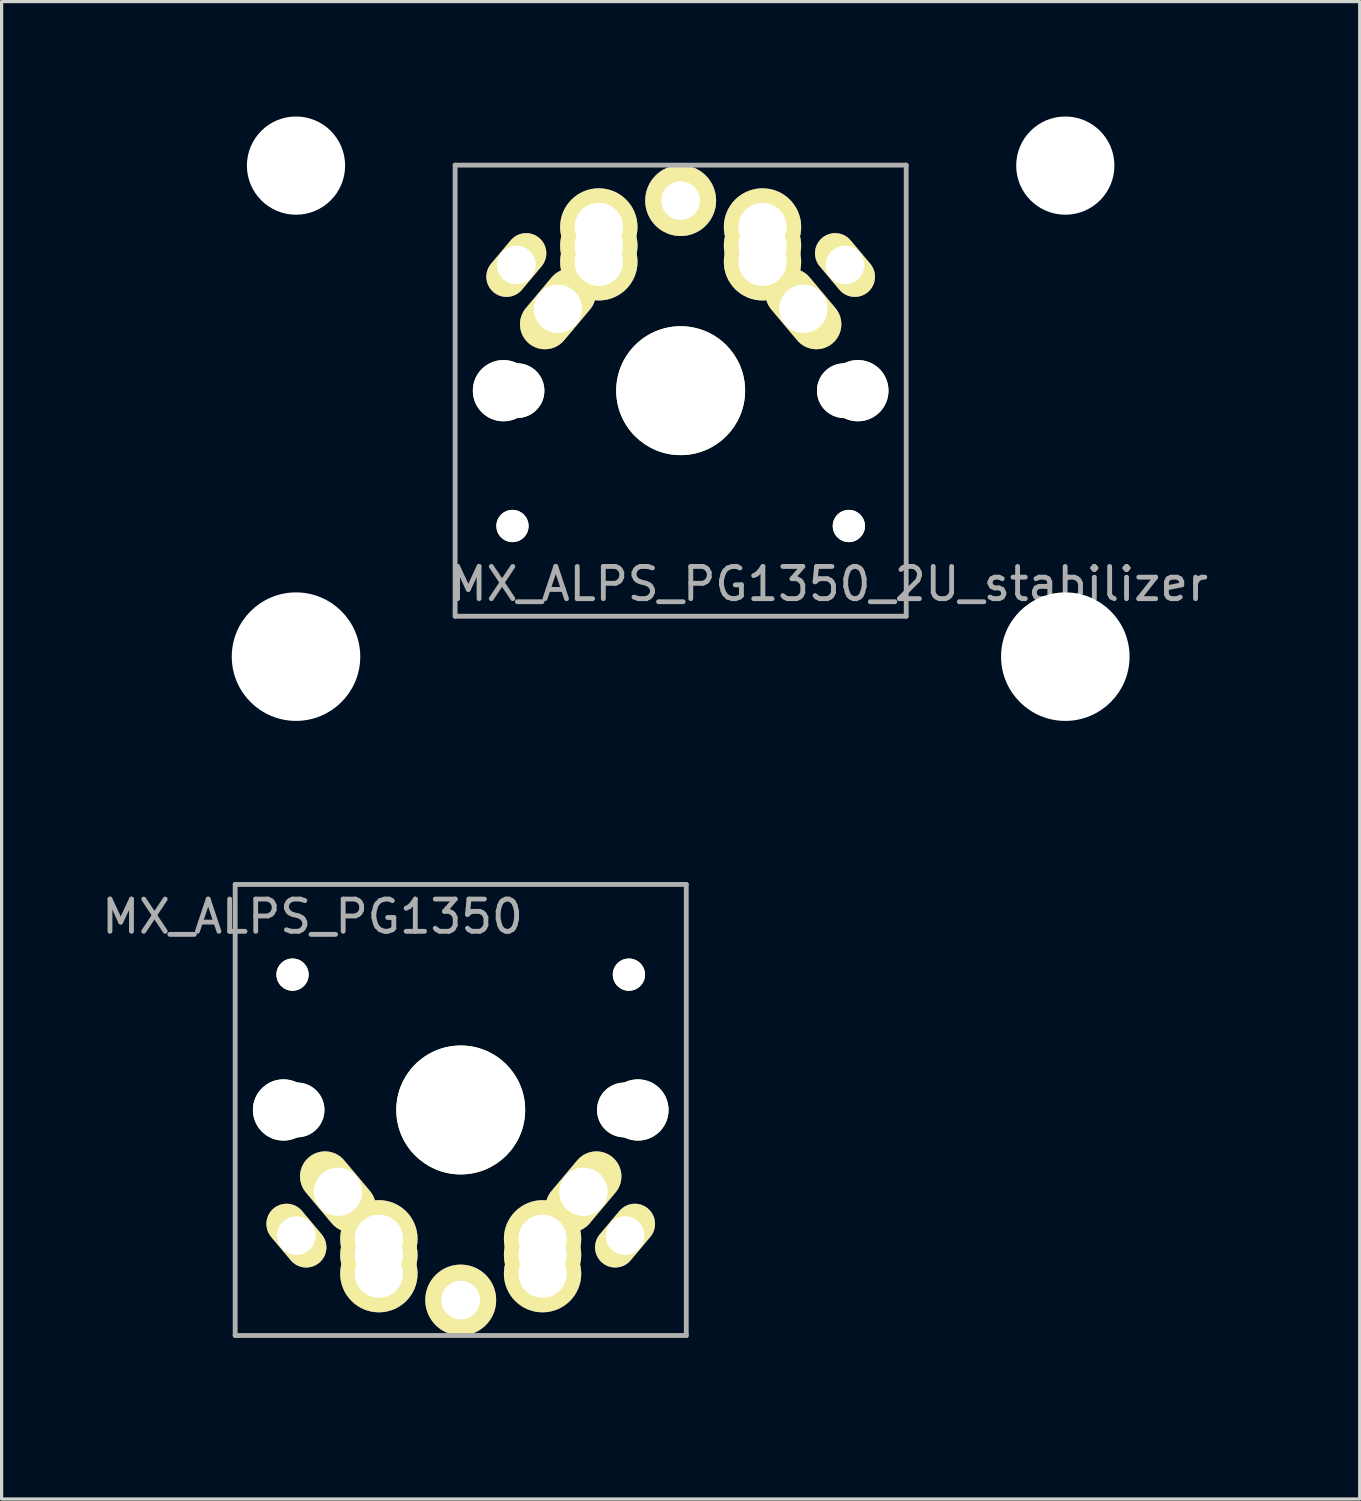
<source format=kicad_pcb>
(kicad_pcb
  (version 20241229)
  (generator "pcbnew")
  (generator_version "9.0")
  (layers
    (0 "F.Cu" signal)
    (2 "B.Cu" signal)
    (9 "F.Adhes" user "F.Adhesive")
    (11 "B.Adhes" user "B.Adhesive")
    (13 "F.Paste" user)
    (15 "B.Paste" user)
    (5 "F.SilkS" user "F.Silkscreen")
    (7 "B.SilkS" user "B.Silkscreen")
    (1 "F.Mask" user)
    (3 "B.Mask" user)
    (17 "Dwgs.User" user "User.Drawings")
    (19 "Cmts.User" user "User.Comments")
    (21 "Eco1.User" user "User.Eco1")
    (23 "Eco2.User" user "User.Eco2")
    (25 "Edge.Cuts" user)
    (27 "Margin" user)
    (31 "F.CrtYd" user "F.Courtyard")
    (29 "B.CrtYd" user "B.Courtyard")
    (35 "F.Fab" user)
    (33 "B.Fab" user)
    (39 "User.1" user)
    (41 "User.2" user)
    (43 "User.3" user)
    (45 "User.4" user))
  (footprint "MX_ALPS_PG1350"
    (layer "F.Cu")
    (at 11.249 31.399)
    (property "Reference" "MX_ALPS_PG1350" (at -4.6 -6 180) (layer "F.Fab") (effects (font (size 1 1) (thickness 0.15))))
    (attr through_hole)
    (fp_line (start -9 -9) (end 9 -9) (stroke (width 0.15) (type solid)) (layer "Eco2.User"))
    (fp_line (start -9 9) (end -9 -9) (stroke (width 0.15) (type solid)) (layer "Eco2.User"))
    (fp_line (start -7 -7) (end 7 -7) (stroke (width 0.15) (type solid)) (layer "Eco2.User"))
    (fp_line (start -7 7) (end -7 -7) (stroke (width 0.15) (type solid)) (layer "Eco2.User"))
    (fp_line (start 7 -7) (end 7 7) (stroke (width 0.15) (type solid)) (layer "Eco2.User"))
    (fp_line (start 7 7) (end -7 7) (stroke (width 0.15) (type solid)) (layer "Eco2.User"))
    (fp_line (start 9 -9) (end 9 9) (stroke (width 0.15) (type solid)) (layer "Eco2.User"))
    (fp_line (start 9 9) (end -9 9) (stroke (width 0.15) (type solid)) (layer "Eco2.User"))
    (fp_line (start -7 -7) (end -7 7) (stroke (width 0.15) (type solid)) (layer "F.Fab"))
    (fp_line (start -7 7) (end 7 7) (stroke (width 0.15) (type solid)) (layer "F.Fab"))
    (fp_line (start 7 -7) (end -7 -7) (stroke (width 0.15) (type solid)) (layer "F.Fab"))
    (fp_line (start 7 7) (end 7 -7) (stroke (width 0.15) (type solid)) (layer "F.Fab"))
    (pad "" np_thru_hole circle (at -5.5 0 270) (size 1.9 1.9) (drill 1.9) (layers "*.Cu" "*.Mask" "F.SilkS"))
    (pad "" np_thru_hole circle (at -5.22 -4.2 180) (size 1 1) (drill 1) (layers "*.Cu" "*.Mask" "F.SilkS"))
    (pad "" np_thru_hole circle (at -5.08 0 180) (size 1.7 1.7) (drill 1.7) (layers "*.Cu" "*.Mask" "F.SilkS"))
    (pad "" np_thru_hole circle (at 0 0 270) (size 4 4) (drill 4) (layers "*.Cu" "*.Mask" "F.SilkS"))
    (pad "" np_thru_hole circle (at 5.08 0 180) (size 1.7 1.7) (drill 1.7) (layers "*.Cu" "*.Mask" "F.SilkS"))
    (pad "" np_thru_hole circle (at 5.22 -4.2 180) (size 1 1) (drill 1) (layers "*.Cu" "*.Mask" "F.SilkS"))
    (pad "" np_thru_hole circle (at 5.5 0 270) (size 1.9 1.9) (drill 1.9) (layers "*.Cu" "*.Mask" "F.SilkS"))
    (pad "1" thru_hole oval (at -5.1 3.9 130) (size 2.2 1.25) (drill 1.2) (layers "*.Cu" "*.Mask" "F.SilkS"))
    (pad "1" thru_hole circle (at 2.54 4 180) (size 2.4 2.4) (drill 1.5) (layers "*.Cu" "*.Mask" "F.SilkS"))
    (pad "1" thru_hole circle (at 2.54 4.5 180) (size 2.4 2.4) (drill 1.5) (layers "*.Cu" "*.Mask" "F.SilkS"))
    (pad "1" thru_hole circle (at 2.54 5.08 180) (size 2.4 2.4) (drill 1.5) (layers "*.Cu" "*.Mask" "F.SilkS"))
    (pad "1" thru_hole oval (at 3.81 2.54 230) (size 2.8 1.55) (drill 1.5) (layers "*.Cu" "*.Mask" "F.SilkS"))
    (pad "1" thru_hole oval (at 5.1 3.9 230) (size 2.2 1.25) (drill 1.2) (layers "*.Cu" "*.Mask" "F.SilkS"))
    (pad "2" thru_hole oval (at -3.81 2.54 130) (size 2.8 1.55) (drill 1.5) (layers "*.Cu" "*.Mask" "F.SilkS"))
    (pad "2" thru_hole circle (at -2.54 4 180) (size 2.4 2.4) (drill 1.5) (layers "*.Cu" "*.Mask" "F.SilkS"))
    (pad "2" thru_hole circle (at -2.54 4.5 180) (size 2.4 2.4) (drill 1.5) (layers "*.Cu" "*.Mask" "F.SilkS"))
    (pad "2" thru_hole circle (at -2.54 5.08 180) (size 2.4 2.4) (drill 1.5) (layers "*.Cu" "*.Mask" "F.SilkS"))
    (pad "2" thru_hole circle (at 0 5.9 270) (size 2.2 2.2) (drill 1.2) (layers "*.Cu" "*.Mask" "F.SilkS")))
  (footprint "MX_ALPS_PG1350_2U_stabilizer"
    (layer "F.Cu")
    (at 18.075 9.075)
    (property "Reference" "MX_ALPS_PG1350_2U_stabilizer" (at 4.6 6 0) (layer "F.Fab") (effects (font (size 1 1) (thickness 0.15))))
    (attr through_hole)
    (fp_line (start -18 -9) (end 18 -9) (stroke (width 0.15) (type solid)) (layer "Eco2.User"))
    (fp_line (start -18 9) (end -18 -9) (stroke (width 0.15) (type solid)) (layer "Eco2.User"))
    (fp_line (start -7 -7) (end 7 -7) (stroke (width 0.15) (type solid)) (layer "Eco2.User"))
    (fp_line (start -7 7) (end -7 -7) (stroke (width 0.15) (type solid)) (layer "Eco2.User"))
    (fp_line (start 7 -7) (end 7 7) (stroke (width 0.15) (type solid)) (layer "Eco2.User"))
    (fp_line (start 7 7) (end -7 7) (stroke (width 0.15) (type solid)) (layer "Eco2.User"))
    (fp_line (start 18 -9) (end 18 9) (stroke (width 0.15) (type solid)) (layer "Eco2.User"))
    (fp_line (start 18 9) (end -18 9) (stroke (width 0.15) (type solid)) (layer "Eco2.User"))
    (fp_line (start -7 -7) (end -7 7) (stroke (width 0.15) (type solid)) (layer "F.Fab"))
    (fp_line (start -7 7) (end 7 7) (stroke (width 0.15) (type solid)) (layer "F.Fab"))
    (fp_line (start 7 -7) (end -7 -7) (stroke (width 0.15) (type solid)) (layer "F.Fab"))
    (fp_line (start 7 7) (end 7 -7) (stroke (width 0.15) (type solid)) (layer "F.Fab"))
    (pad "" np_thru_hole circle (at -11.938 -6.985) (size 3.048 3.048) (drill 3.048) (layers "*.Cu" "*.Mask"))
    (pad "" np_thru_hole circle (at -11.938 8.255) (size 3.988 3.988) (drill 3.988) (layers "*.Cu" "*.Mask"))
    (pad "" np_thru_hole circle (at -5.5 0 90) (size 1.9 1.9) (drill 1.9) (layers "*.Cu" "*.Mask" "F.SilkS"))
    (pad "" np_thru_hole circle (at -5.22 4.2) (size 1 1) (drill 1) (layers "*.Cu" "*.Mask" "F.SilkS"))
    (pad "" np_thru_hole circle (at -5.08 0) (size 1.7 1.7) (drill 1.7) (layers "*.Cu" "*.Mask" "F.SilkS"))
    (pad "" np_thru_hole circle (at 0 0 90) (size 4 4) (drill 4) (layers "*.Cu" "*.Mask" "F.SilkS"))
    (pad "" np_thru_hole circle (at 5.08 0) (size 1.7 1.7) (drill 1.7) (layers "*.Cu" "*.Mask" "F.SilkS"))
    (pad "" np_thru_hole circle (at 5.22 4.2) (size 1 1) (drill 1) (layers "*.Cu" "*.Mask" "F.SilkS"))
    (pad "" np_thru_hole circle (at 5.5 0 90) (size 1.9 1.9) (drill 1.9) (layers "*.Cu" "*.Mask" "F.SilkS"))
    (pad "" np_thru_hole circle (at 11.938 -6.985) (size 3.048 3.048) (drill 3.048) (layers "*.Cu" "*.Mask"))
    (pad "" np_thru_hole circle (at 11.938 8.255) (size 3.988 3.988) (drill 3.988) (layers "*.Cu" "*.Mask"))
    (pad "1" thru_hole oval (at -5.1 -3.9 50) (size 2.2 1.25) (drill 1.2) (layers "*.Cu" "*.Mask" "F.SilkS"))
    (pad "1" thru_hole oval (at -3.81 -2.54 50) (size 2.8 1.55) (drill 1.5) (layers "*.Cu" "*.Mask" "F.SilkS"))
    (pad "1" thru_hole circle (at -2.54 -5.08) (size 2.4 2.4) (drill 1.5) (layers "*.Cu" "*.Mask" "F.SilkS"))
    (pad "1" thru_hole circle (at -2.54 -4.5) (size 2.4 2.4) (drill 1.5) (layers "*.Cu" "*.Mask" "F.SilkS"))
    (pad "1" thru_hole circle (at -2.54 -4) (size 2.4 2.4) (drill 1.5) (layers "*.Cu" "*.Mask" "F.SilkS"))
    (pad "1" thru_hole oval (at 5.1 -3.9 310) (size 2.2 1.25) (drill 1.2) (layers "*.Cu" "*.Mask" "F.SilkS"))
    (pad "2" thru_hole circle (at 0 -5.9 90) (size 2.2 2.2) (drill 1.2) (layers "*.Cu" "*.Mask" "F.SilkS"))
    (pad "2" thru_hole circle (at 2.54 -5.08) (size 2.4 2.4) (drill 1.5) (layers "*.Cu" "*.Mask" "F.SilkS"))
    (pad "2" thru_hole circle (at 2.54 -4.5) (size 2.4 2.4) (drill 1.5) (layers "*.Cu" "*.Mask" "F.SilkS"))
    (pad "2" thru_hole circle (at 2.54 -4) (size 2.4 2.4) (drill 1.5) (layers "*.Cu" "*.Mask" "F.SilkS"))
    (pad "2" thru_hole oval (at 3.81 -2.54 310) (size 2.8 1.55) (drill 1.5) (layers "*.Cu" "*.Mask" "F.SilkS")))
  (gr_rect
    (start -3 -3)
    (end 39.15 43.474)
    (stroke (width 0.1) (type default))
    (fill no)
    (layer "Edge.Cuts")))
</source>
